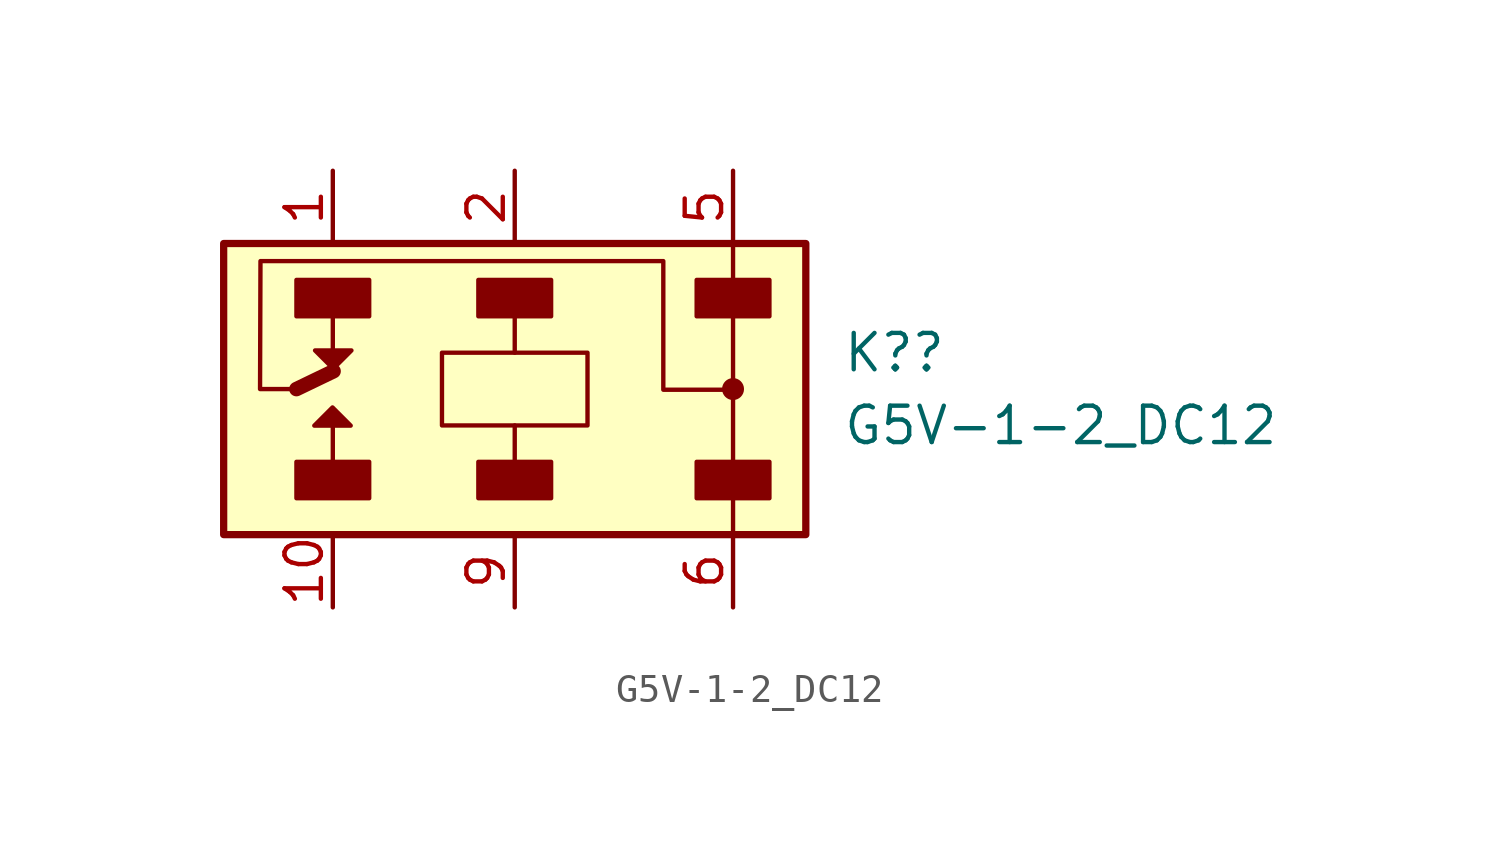
<source format=kicad_sym>
(kicad_symbol_lib
  (version 20211014)
  (generator kicad_symbol_editor)
  (symbol "G5V-1-2_DC12"
    (property "Reference" "K?"
      (at 11.43 1.27 0)
      (effects (font (size 1.27 1.27)) (justify left)))
    (property "Value" "G5V-1-2_DC12"
      (at 11.43 -1.27 0)
      (effects (font (size 1.27 1.27)) (justify left)))
    (symbol "G5V-1-2_DC12_0_1"
      (rectangle (start -10.16 5.08) (end 10.16 -5.08) (stroke (width 0.254) (type default) (color 0 0 0 0)) (fill (type background)))
      (rectangle (start -7.62 -2.54) (end -5.08 -3.81) (stroke (width 0) (type default) (color 0 0 0 0)) (fill (type outline)))
      (rectangle (start -7.62 3.81) (end -5.08 2.54) (stroke (width 0) (type default) (color 0 0 0 0)) (fill (type outline)))
      (rectangle (start -2.54 1.27) (end 2.54 -1.27) (stroke (width 0) (type default) (color 0 0 0 0)) (fill (type none)))
      (rectangle (start -1.27 -2.54) (end 1.27 -3.81) (stroke (width 0) (type default) (color 0 0 0 0)) (fill (type outline)))
      (rectangle (start -1.27 3.81) (end 1.27 2.54) (stroke (width 0) (type default) (color 0 0 0 0)) (fill (type outline)))
      (polyline (pts (xy -6.35 -1.27) (xy -6.35 -2.54)) (stroke (width 0) (type default) (color 0 0 0 0)) (fill (type none)))
      (polyline (pts (xy -6.35 1.27) (xy -6.35 2.54)) (stroke (width 0) (type default) (color 0 0 0 0)) (fill (type none)))
      (polyline (pts (xy -6.324 0.624) (xy -7.62 0)) (stroke (width 0.508) (type default) (color 0 0 0 0)) (fill (type none)))
      (polyline (pts (xy 0 -2.54) (xy 0 -1.27)) (stroke (width 0) (type default) (color 0 0 0 0)) (fill (type none)))
      (polyline (pts (xy 0 2.54) (xy 0 1.27)) (stroke (width 0) (type default) (color 0 0 0 0)) (fill (type none)))
      (polyline (pts (xy 7.62 -3.81) (xy 7.62 -5.08)) (stroke (width 0) (type default) (color 0 0 0 0)) (fill (type none)))
      (polyline (pts (xy 7.62 2.54) (xy 7.62 -2.54)) (stroke (width 0) (type default) (color 0 0 0 0)) (fill (type none)))
      (polyline (pts (xy 7.62 5.08) (xy 7.62 3.81)) (stroke (width 0) (type default) (color 0 0 0 0)) (fill (type none)))
      (polyline (pts (xy -5.726 -1.276) (xy -6.996 -1.276) (xy -6.361 -0.641) (xy -5.726 -1.276)) (stroke (width 0) (type default) (color 0 0 0 0)) (fill (type outline)))
      (polyline (pts (xy -5.7 1.348) (xy -6.97 1.348) (xy -6.335 0.713) (xy -5.7 1.348)) (stroke (width 0) (type default) (color 0 0 0 0)) (fill (type outline)))
      (polyline (pts (xy -7.62 0) (xy -8.89 0) (xy -8.875 4.467) (xy 5.186 4.467) (xy 5.186 -0.023) (xy 7.556 -0.023)) (stroke (width 0) (type default) (color 0 0 0 0)) (fill (type none)))
      (rectangle (start 6.35 -2.54) (end 8.89 -3.81) (stroke (width 0) (type default) (color 0 0 0 0)) (fill (type outline)))
      (rectangle (start 6.35 3.81) (end 8.89 2.54) (stroke (width 0) (type default) (color 0 0 0 0)) (fill (type outline)))
      (circle (center 7.62 0) (radius 0.307) (stroke (width 0) (type default) (color 0 0 0 0)) (fill (type outline))))
    (symbol "G5V-1-2_DC12_1_1"
      (pin passive line (at -6.35 7.62 270) (length 2.54) (name "~" (effects (font (size 1.27 1.27)))) (number "1" (effects (font (size 1.27 1.27)))))
      (pin passive line (at -6.35 -7.62 90) (length 2.54) (name "~" (effects (font (size 1.27 1.27)))) (number "10" (effects (font (size 1.27 1.27)))))
      (pin passive line (at 0 7.62 270) (length 2.54) (name "~" (effects (font (size 1.27 1.27)))) (number "2" (effects (font (size 1.27 1.27)))))
      (pin passive line (at 7.62 7.62 270) (length 2.54) (name "~" (effects (font (size 1.27 1.27)))) (number "5" (effects (font (size 1.27 1.27)))))
      (pin passive line (at 7.62 -7.62 90) (length 2.54) (name "~" (effects (font (size 1.27 1.27)))) (number "6" (effects (font (size 1.27 1.27)))))
      (pin passive line (at 0 -7.62 90) (length 2.54) (name "~" (effects (font (size 1.27 1.27)))) (number "9" (effects (font (size 1.27 1.27))))))))
</source>
